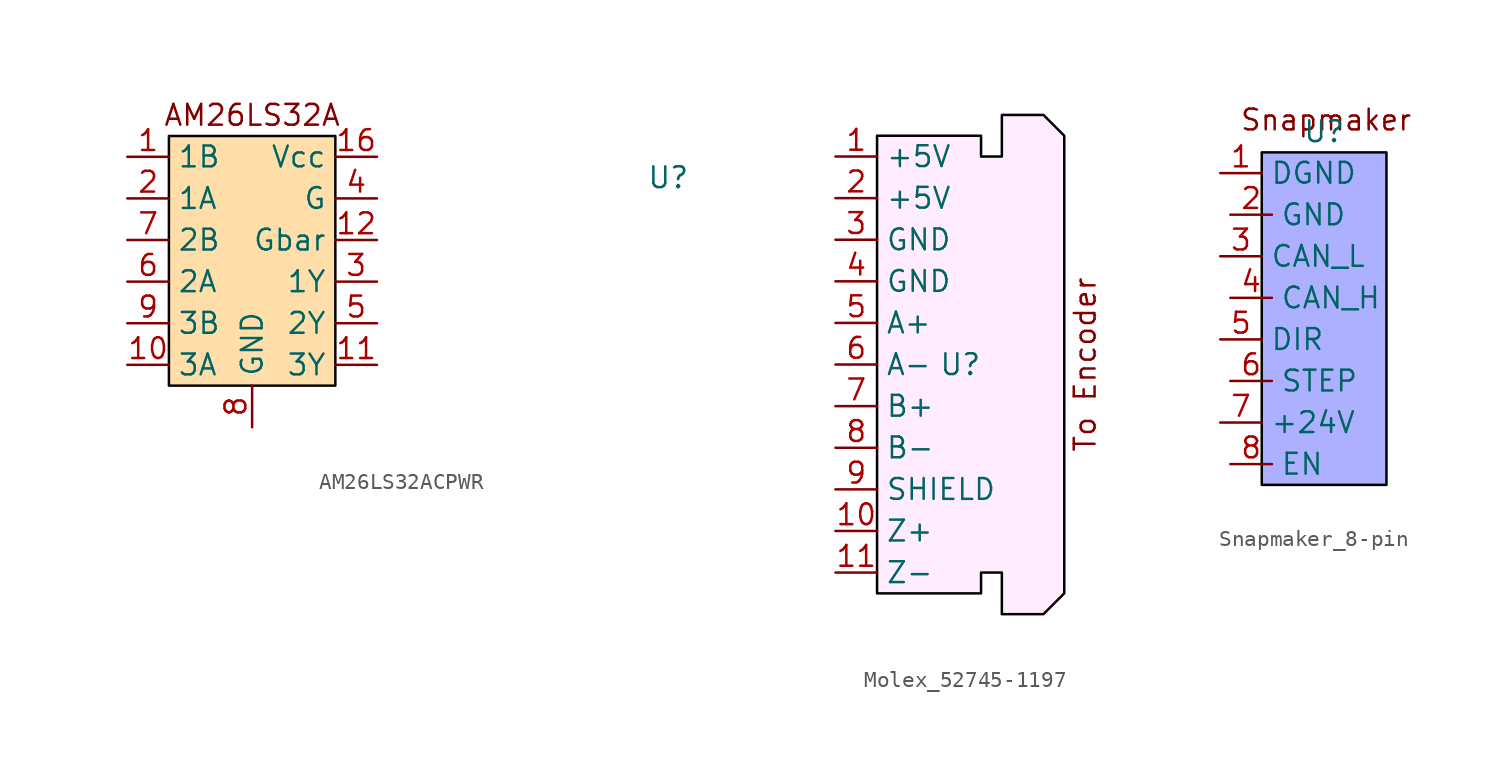
<source format=kicad_sym>
(kicad_symbol_lib
  (version 20220914)
  (generator kicad_symbol_editor)
  (symbol "AM26LS32ACPWR"
    (property "Reference" "U"
      (at 25.4 11.43 0)
      (effects (font (size 1.27 1.27))))
    (property "Value" ""
      (at 0 0 0)
      (effects (font (size 1.27 1.27))))
    (symbol "AM26LS32ACPWR_1_1"
      (rectangle (start -5.08 13.97) (end 5.08 -1.27) (stroke (width 0) (type default) (color 4 5 4 1)) (fill (type color) (color 255 190 86 0.5)))
      (text "AM26LS32A" (at 0 15.24 0) (effects (font (size 1.27 1.27))))
      (pin input line (at -7.62 12.7 0) (length 2.54) (name "1B" (effects (font (size 1.27 1.27)))) (number "1" (effects (font (size 1.27 1.27)))))
      (pin input line (at -7.62 0 0) (length 2.54) (name "3A" (effects (font (size 1.27 1.27)))) (number "10" (effects (font (size 1.27 1.27)))))
      (pin input line (at 7.62 0 180) (length 2.54) (name "3Y" (effects (font (size 1.27 1.27)))) (number "11" (effects (font (size 1.27 1.27)))))
      (pin input line (at 7.62 7.62 180) (length 2.54) (name "Gbar" (effects (font (size 1.27 1.27)))) (number "12" (effects (font (size 1.27 1.27)))))
      (pin input line (at 7.62 12.7 180) (length 2.54) (name "Vcc" (effects (font (size 1.27 1.27)))) (number "16" (effects (font (size 1.27 1.27)))))
      (pin input line (at -7.62 10.16 0) (length 2.54) (name "1A" (effects (font (size 1.27 1.27)))) (number "2" (effects (font (size 1.27 1.27)))))
      (pin input line (at 7.62 5.08 180) (length 2.54) (name "1Y" (effects (font (size 1.27 1.27)))) (number "3" (effects (font (size 1.27 1.27)))))
      (pin input line (at 7.62 10.16 180) (length 2.54) (name "G" (effects (font (size 1.27 1.27)))) (number "4" (effects (font (size 1.27 1.27)))))
      (pin input line (at 7.62 2.54 180) (length 2.54) (name "2Y" (effects (font (size 1.27 1.27)))) (number "5" (effects (font (size 1.27 1.27)))))
      (pin input line (at -7.62 5.08 0) (length 2.54) (name "2A" (effects (font (size 1.27 1.27)))) (number "6" (effects (font (size 1.27 1.27)))))
      (pin input line (at -7.62 7.62 0) (length 2.54) (name "2B" (effects (font (size 1.27 1.27)))) (number "7" (effects (font (size 1.27 1.27)))))
      (pin input line (at 0 -3.81 90) (length 2.54) (name "GND" (effects (font (size 1.27 1.27)))) (number "8" (effects (font (size 1.27 1.27)))))
      (pin input line (at -7.62 2.54 0) (length 2.54) (name "3B" (effects (font (size 1.27 1.27)))) (number "9" (effects (font (size 1.27 1.27)))))))
  (symbol "Molex_52745-1197"
    (property "Reference" "U"
      (at 0 0 0)
      (effects (font (size 1.27 1.27))))
    (property "Value" ""
      (at 0 0 0)
      (effects (font (size 1.27 1.27))))
    (symbol "Molex_52745-1197_1_1"
      (polyline (pts (xy -5.08 13.97) (xy -5.08 -13.97) (xy 1.27 -13.97) (xy 1.27 -12.7) (xy 2.54 -12.7) (xy 2.54 -15.24) (xy 5.08 -15.24) (xy 6.35 -13.97) (xy 6.35 13.97) (xy 5.08 15.24) (xy 2.54 15.24) (xy 2.54 12.7) (xy 1.27 12.7) (xy 1.27 13.97) (xy -5.08 13.97)) (stroke (width 0) (type default) (color 0 0 0 1)) (fill (type color) (color 255 202 251 0.37)))
      (text "To Encoder" (at 7.62 0 900) (effects (font (size 1.27 1.27))))
      (pin input line (at -7.62 12.7 0) (length 2.54) (name "+5V" (effects (font (size 1.27 1.27)))) (number "1" (effects (font (size 1.27 1.27)))))
      (pin input line (at -7.62 -10.16 0) (length 2.54) (name "Z+" (effects (font (size 1.27 1.27)))) (number "10" (effects (font (size 1.27 1.27)))))
      (pin input line (at -7.62 -12.7 0) (length 2.54) (name "Z-" (effects (font (size 1.27 1.27)))) (number "11" (effects (font (size 1.27 1.27)))))
      (pin input line (at -7.62 10.16 0) (length 2.54) (name "+5V" (effects (font (size 1.27 1.27)))) (number "2" (effects (font (size 1.27 1.27)))))
      (pin input line (at -7.62 7.62 0) (length 2.54) (name "GND" (effects (font (size 1.27 1.27)))) (number "3" (effects (font (size 1.27 1.27)))))
      (pin input line (at -7.62 5.08 0) (length 2.54) (name "GND" (effects (font (size 1.27 1.27)))) (number "4" (effects (font (size 1.27 1.27)))))
      (pin input line (at -7.62 2.54 0) (length 2.54) (name "A+" (effects (font (size 1.27 1.27)))) (number "5" (effects (font (size 1.27 1.27)))))
      (pin input line (at -7.62 0 0) (length 2.54) (name "A-" (effects (font (size 1.27 1.27)))) (number "6" (effects (font (size 1.27 1.27)))))
      (pin input line (at -7.62 -2.54 0) (length 2.54) (name "B+" (effects (font (size 1.27 1.27)))) (number "7" (effects (font (size 1.27 1.27)))))
      (pin input line (at -7.62 -5.08 0) (length 2.54) (name "B-" (effects (font (size 1.27 1.27)))) (number "8" (effects (font (size 1.27 1.27)))))
      (pin input line (at -7.62 -7.62 0) (length 2.54) (name "SHIELD" (effects (font (size 1.27 1.27)))) (number "9" (effects (font (size 1.27 1.27)))))))
  (symbol "Snapmaker_8-pin"
    (property "Reference" "U"
      (at -1.27 10.16 0)
      (do_not_autoplace)
      (effects (font (size 1.27 1.27))))
    (property "Value" ""
      (at 0 0 0)
      (effects (font (size 1.27 1.27))))
    (symbol "Snapmaker_8-pin_1_1"
      (rectangle (start -5.08 8.89) (end 2.54 -11.43) (stroke (width 0) (type default) (color 0 0 0 1)) (fill (type color) (color 135 139 255 0.68)))
      (text "Snapmaker" (at -1.147 10.874 0) (effects (font (size 1.27 1.27))))
      (pin input line (at -7.62 7.62 0) (length 2.54) (name "DGND" (effects (font (size 1.27 1.27)))) (number "1" (effects (font (size 1.27 1.27)))))
      (pin input line (at -7 5.08 0) (length 2.54) (name "GND" (effects (font (size 1.27 1.27)))) (number "2" (effects (font (size 1.27 1.27)))))
      (pin input line (at -7.62 2.54 0) (length 2.54) (name "CAN_L" (effects (font (size 1.27 1.27)))) (number "3" (effects (font (size 1.27 1.27)))))
      (pin input line (at -7 0 0) (length 2.54) (name "CAN_H" (effects (font (size 1.27 1.27)))) (number "4" (effects (font (size 1.27 1.27)))))
      (pin input line (at -7.62 -2.54 0) (length 2.54) (name "DIR" (effects (font (size 1.27 1.27)))) (number "5" (effects (font (size 1.27 1.27)))))
      (pin input line (at -7 -5.08 0) (length 2.54) (name "STEP" (effects (font (size 1.27 1.27)))) (number "6" (effects (font (size 1.27 1.27)))))
      (pin input line (at -7.62 -7.62 0) (length 2.54) (name "+24V" (effects (font (size 1.27 1.27)))) (number "7" (effects (font (size 1.27 1.27)))))
      (pin input line (at -7 -10.16 0) (length 2.54) (name "EN" (effects (font (size 1.27 1.27)))) (number "8" (effects (font (size 1.27 1.27))))))))
</source>
